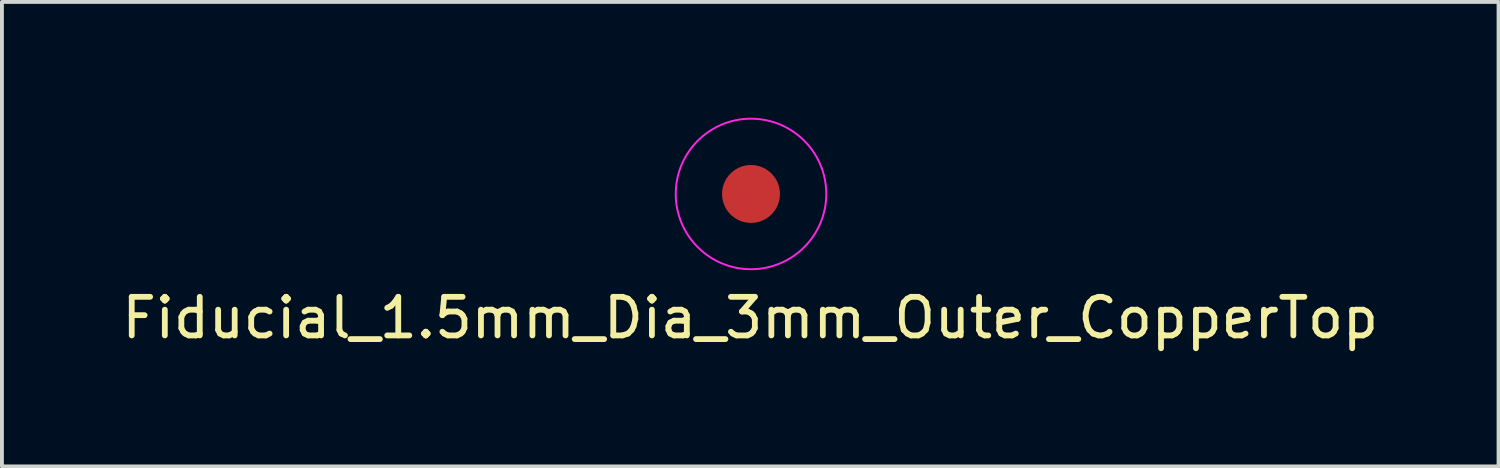
<source format=kicad_pcb>
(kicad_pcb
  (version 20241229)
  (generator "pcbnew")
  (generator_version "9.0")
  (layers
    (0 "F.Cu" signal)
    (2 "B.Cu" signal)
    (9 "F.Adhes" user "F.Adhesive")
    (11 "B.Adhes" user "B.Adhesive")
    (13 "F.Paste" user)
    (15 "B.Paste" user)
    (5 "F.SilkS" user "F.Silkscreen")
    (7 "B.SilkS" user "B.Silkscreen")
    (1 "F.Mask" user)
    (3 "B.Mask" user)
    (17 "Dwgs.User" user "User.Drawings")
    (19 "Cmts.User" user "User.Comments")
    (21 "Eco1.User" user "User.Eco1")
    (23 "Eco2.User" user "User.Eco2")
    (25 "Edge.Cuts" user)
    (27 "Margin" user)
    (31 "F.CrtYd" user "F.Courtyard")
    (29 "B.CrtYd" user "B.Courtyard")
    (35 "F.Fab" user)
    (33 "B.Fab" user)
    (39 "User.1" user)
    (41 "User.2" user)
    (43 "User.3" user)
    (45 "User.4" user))
  (footprint "Fiducial_1.5mm_Dia_3mm_Outer_CopperTop"
    (layer "F.Cu")
    (at 16.407 1.975)
    (property "Reference" "Fiducial_1.5mm_Dia_3mm_Outer_CopperTop" (at -0.02 3.21 0) (layer "F.SilkS") (effects (font (size 1 1) (thickness 0.15))))
    (attr exclude_from_pos_files exclude_from_bom)
    (fp_circle (center 0 0) (end 1.95 0) (stroke (width 0.05) (type solid)) (fill no) (layer "F.CrtYd"))
    (pad "~" smd circle (at 0 0) (size 1.5 1.5) (layers "F.Cu" "F.Mask")))
  (gr_rect
    (start -3 -3)
    (end 35.774 9.033)
    (stroke (width 0.1) (type default))
    (fill no)
    (layer "Edge.Cuts")))
</source>
